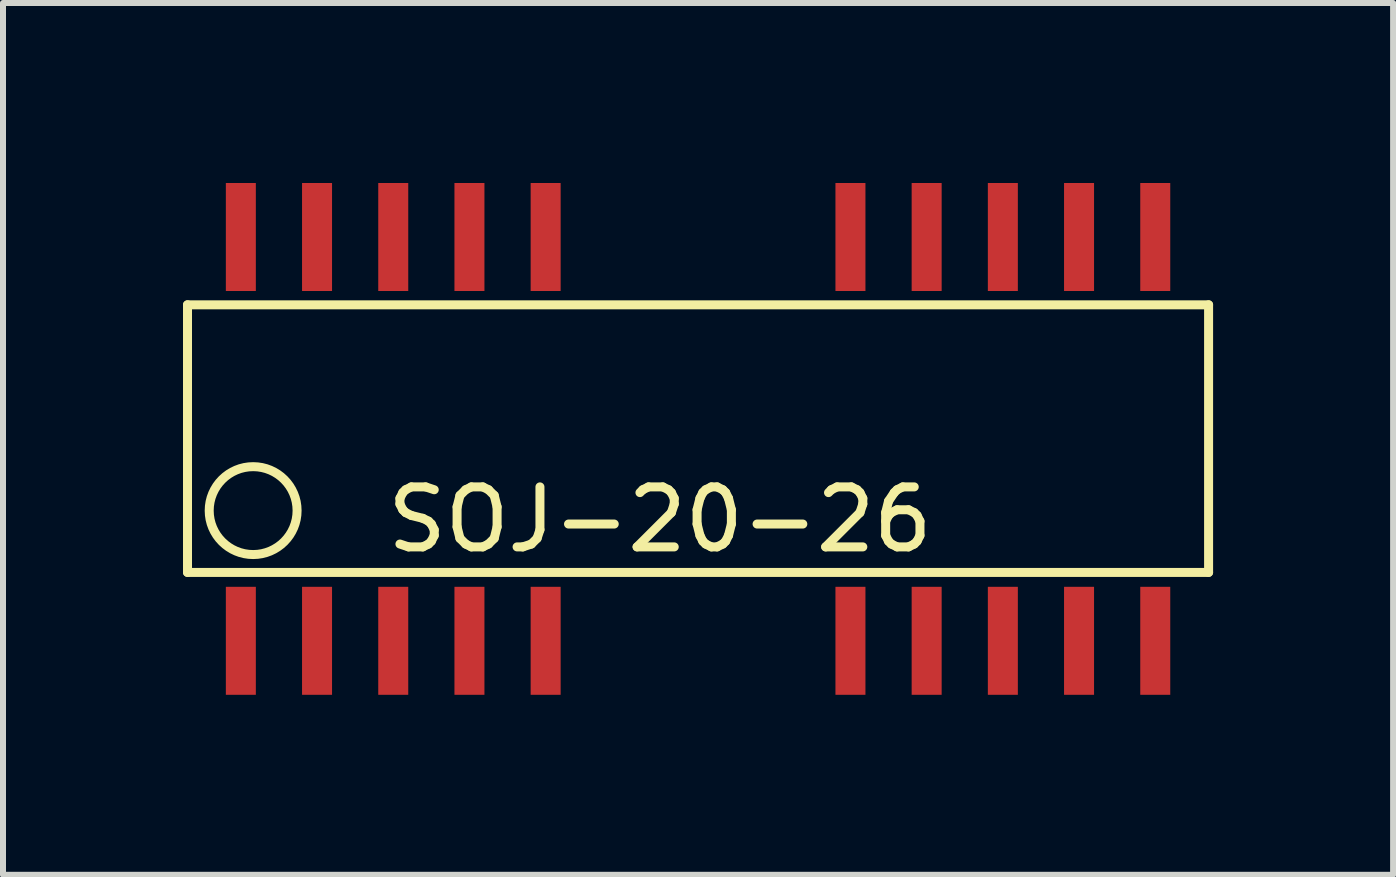
<source format=kicad_pcb>
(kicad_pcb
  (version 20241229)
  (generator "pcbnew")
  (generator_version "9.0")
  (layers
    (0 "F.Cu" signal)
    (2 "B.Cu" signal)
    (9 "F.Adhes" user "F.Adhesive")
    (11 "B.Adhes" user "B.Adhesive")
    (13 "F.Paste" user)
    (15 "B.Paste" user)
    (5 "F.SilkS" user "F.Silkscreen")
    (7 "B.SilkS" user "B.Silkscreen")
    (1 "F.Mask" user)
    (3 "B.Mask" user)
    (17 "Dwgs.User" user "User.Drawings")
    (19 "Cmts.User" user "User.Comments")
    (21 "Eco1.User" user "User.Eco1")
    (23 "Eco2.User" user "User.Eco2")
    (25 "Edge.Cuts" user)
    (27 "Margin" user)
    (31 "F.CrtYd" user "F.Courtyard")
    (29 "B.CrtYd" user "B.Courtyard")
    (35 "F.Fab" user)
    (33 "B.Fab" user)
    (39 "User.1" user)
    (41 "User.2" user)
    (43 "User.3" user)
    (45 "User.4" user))
  (footprint "SOJ-20-26"
    (layer "F.Cu")
    (at 7.949 4.26)
    (property "Reference" "SOJ-20-26" (at 0 1.35 0) (layer "F.SilkS") (effects (font (size 1 1) (thickness 0.15))))
    (attr smd)
    (fp_line (start -7.874 -2.23) (end 9.144 -2.23) (stroke (width 0.15) (type solid)) (layer "F.SilkS"))
    (fp_line (start -7.874 2.23) (end -7.874 -2.23) (stroke (width 0.15) (type solid)) (layer "F.SilkS"))
    (fp_line (start 9.144 -2.23) (end 9.144 2.23) (stroke (width 0.15) (type solid)) (layer "F.SilkS"))
    (fp_line (start 9.144 2.23) (end -7.874 2.23) (stroke (width 0.15) (type solid)) (layer "F.SilkS"))
    (fp_circle (center -6.78 1.2) (end -6.415 0.565) (stroke (width 0.15) (type solid)) (fill no) (layer "F.SilkS"))
    (pad "1" smd rect (at -6.985 3.37) (size 0.5 1.8) (layers "F.Cu" "F.Mask" "F.Paste"))
    (pad "2" smd rect (at -5.715 3.37) (size 0.5 1.8) (layers "F.Cu" "F.Mask" "F.Paste"))
    (pad "3" smd rect (at -4.445 3.37) (size 0.5 1.8) (layers "F.Cu" "F.Mask" "F.Paste"))
    (pad "4" smd rect (at -3.175 3.37) (size 0.5 1.8) (layers "F.Cu" "F.Mask" "F.Paste"))
    (pad "5" smd rect (at -1.905 3.37) (size 0.5 1.8) (layers "F.Cu" "F.Mask" "F.Paste"))
    (pad "9" smd rect (at 3.175 3.37) (size 0.5 1.8) (layers "F.Cu" "F.Mask" "F.Paste"))
    (pad "10" smd rect (at 4.445 3.37) (size 0.5 1.8) (layers "F.Cu" "F.Mask" "F.Paste"))
    (pad "11" smd rect (at 5.715 3.37) (size 0.5 1.8) (layers "F.Cu" "F.Mask" "F.Paste"))
    (pad "12" smd rect (at 6.985 3.37) (size 0.5 1.8) (layers "F.Cu" "F.Mask" "F.Paste"))
    (pad "13" smd rect (at 8.255 3.37) (size 0.5 1.8) (layers "F.Cu" "F.Mask" "F.Paste"))
    (pad "14" smd rect (at 8.255 -3.36) (size 0.5 1.8) (layers "F.Cu" "F.Mask" "F.Paste"))
    (pad "15" smd rect (at 6.985 -3.36) (size 0.5 1.8) (layers "F.Cu" "F.Mask" "F.Paste"))
    (pad "16" smd rect (at 5.715 -3.36) (size 0.5 1.8) (layers "F.Cu" "F.Mask" "F.Paste"))
    (pad "17" smd rect (at 4.445 -3.36) (size 0.5 1.8) (layers "F.Cu" "F.Mask" "F.Paste"))
    (pad "18" smd rect (at 3.175 -3.36) (size 0.5 1.8) (layers "F.Cu" "F.Mask" "F.Paste"))
    (pad "22" smd rect (at -1.905 -3.36) (size 0.5 1.8) (layers "F.Cu" "F.Mask" "F.Paste"))
    (pad "23" smd rect (at -3.175 -3.36) (size 0.5 1.8) (layers "F.Cu" "F.Mask" "F.Paste"))
    (pad "24" smd rect (at -4.445 -3.36) (size 0.5 1.8) (layers "F.Cu" "F.Mask" "F.Paste"))
    (pad "25" smd rect (at -5.715 -3.36) (size 0.5 1.8) (layers "F.Cu" "F.Mask" "F.Paste"))
    (pad "26" smd rect (at -6.985 -3.36) (size 0.5 1.8) (layers "F.Cu" "F.Mask" "F.Paste")))
  (gr_rect
    (start -3 -3)
    (end 20.168 11.53)
    (stroke (width 0.1) (type default))
    (fill no)
    (layer "Edge.Cuts")))
</source>
